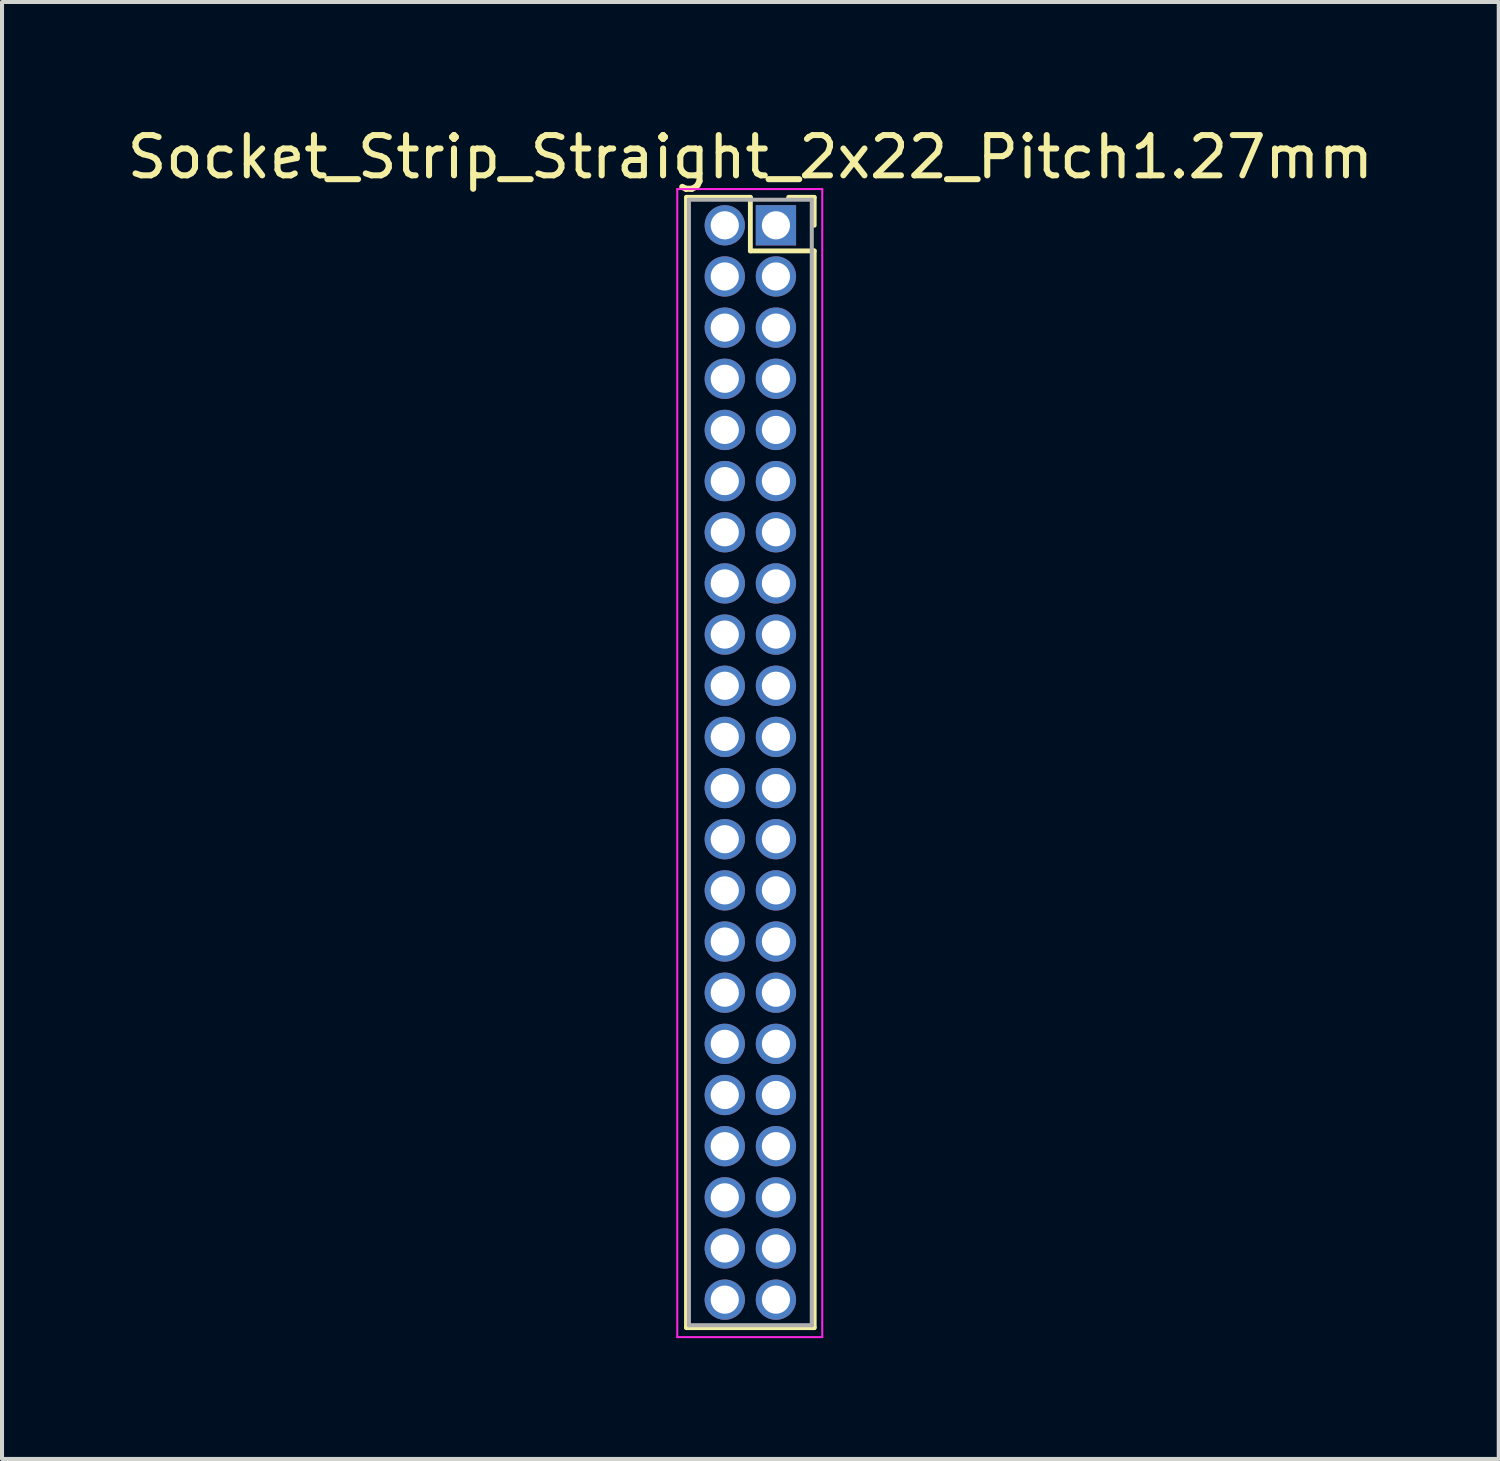
<source format=kicad_pcb>
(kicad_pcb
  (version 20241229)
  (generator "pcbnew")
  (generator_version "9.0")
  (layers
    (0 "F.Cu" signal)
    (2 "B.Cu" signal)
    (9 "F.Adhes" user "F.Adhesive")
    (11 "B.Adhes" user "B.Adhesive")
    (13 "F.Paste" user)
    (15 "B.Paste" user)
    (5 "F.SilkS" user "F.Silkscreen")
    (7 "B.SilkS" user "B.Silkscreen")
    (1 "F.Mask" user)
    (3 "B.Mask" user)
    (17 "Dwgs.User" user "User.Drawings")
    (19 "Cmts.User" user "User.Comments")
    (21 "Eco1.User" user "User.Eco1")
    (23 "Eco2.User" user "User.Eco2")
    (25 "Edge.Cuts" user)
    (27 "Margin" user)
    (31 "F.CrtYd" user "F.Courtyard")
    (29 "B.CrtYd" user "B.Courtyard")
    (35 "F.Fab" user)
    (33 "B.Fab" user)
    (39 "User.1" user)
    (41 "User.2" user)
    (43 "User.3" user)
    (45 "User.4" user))
  (footprint "Socket_Strip_Straight_2x22_Pitch1.27mm"
    (layer "F.Cu")
    (at 16.212 2.543)
    (property "Reference" "Socket_Strip_Straight_2x22_Pitch1.27mm" (at -0.635 -1.695 0) (layer "F.SilkS") (effects (font (size 1 1) (thickness 0.15))))
    (attr through_hole)
    (fp_line (start -2.22 -0.695) (end -0.635 -0.695) (stroke (width 0.12) (type solid)) (layer "F.SilkS"))
    (fp_line (start -2.22 27.365) (end -2.22 -0.695) (stroke (width 0.12) (type solid)) (layer "F.SilkS"))
    (fp_line (start -0.635 -0.695) (end -0.635 0.635) (stroke (width 0.12) (type solid)) (layer "F.SilkS"))
    (fp_line (start -0.635 0.635) (end 0.95 0.635) (stroke (width 0.12) (type solid)) (layer "F.SilkS"))
    (fp_line (start 0.95 -0.695) (end 0.315 -0.695) (stroke (width 0.12) (type solid)) (layer "F.SilkS"))
    (fp_line (start 0.95 0) (end 0.95 -0.695) (stroke (width 0.12) (type solid)) (layer "F.SilkS"))
    (fp_line (start 0.95 0.635) (end 0.95 27.365) (stroke (width 0.12) (type solid)) (layer "F.SilkS"))
    (fp_line (start 0.95 27.365) (end -2.22 27.365) (stroke (width 0.12) (type solid)) (layer "F.SilkS"))
    (fp_line (start -2.45 -0.9) (end -2.45 27.6) (stroke (width 0.05) (type solid)) (layer "F.CrtYd"))
    (fp_line (start -2.45 27.6) (end 1.15 27.6) (stroke (width 0.05) (type solid)) (layer "F.CrtYd"))
    (fp_line (start 1.15 -0.9) (end -2.45 -0.9) (stroke (width 0.05) (type solid)) (layer "F.CrtYd"))
    (fp_line (start 1.15 27.6) (end 1.15 -0.9) (stroke (width 0.05) (type solid)) (layer "F.CrtYd"))
    (fp_line (start -2.16 -0.635) (end -2.16 27.305) (stroke (width 0.1) (type solid)) (layer "F.Fab"))
    (fp_line (start -2.16 27.305) (end 0.89 27.305) (stroke (width 0.1) (type solid)) (layer "F.Fab"))
    (fp_line (start 0.89 -0.635) (end -2.16 -0.635) (stroke (width 0.1) (type solid)) (layer "F.Fab"))
    (fp_line (start 0.89 27.305) (end 0.89 -0.635) (stroke (width 0.1) (type solid)) (layer "F.Fab"))
    (pad "1" thru_hole rect (at 0 0) (size 1 1) (drill 0.7) (layers "*.Cu" "*.Mask"))
    (pad "2" thru_hole oval (at -1.27 0) (size 1 1) (drill 0.7) (layers "*.Cu" "*.Mask"))
    (pad "3" thru_hole oval (at 0 1.27) (size 1 1) (drill 0.7) (layers "*.Cu" "*.Mask"))
    (pad "4" thru_hole oval (at -1.27 1.27) (size 1 1) (drill 0.7) (layers "*.Cu" "*.Mask"))
    (pad "5" thru_hole oval (at 0 2.54) (size 1 1) (drill 0.7) (layers "*.Cu" "*.Mask"))
    (pad "6" thru_hole oval (at -1.27 2.54) (size 1 1) (drill 0.7) (layers "*.Cu" "*.Mask"))
    (pad "7" thru_hole oval (at 0 3.81) (size 1 1) (drill 0.7) (layers "*.Cu" "*.Mask"))
    (pad "8" thru_hole oval (at -1.27 3.81) (size 1 1) (drill 0.7) (layers "*.Cu" "*.Mask"))
    (pad "9" thru_hole oval (at 0 5.08) (size 1 1) (drill 0.7) (layers "*.Cu" "*.Mask"))
    (pad "10" thru_hole oval (at -1.27 5.08) (size 1 1) (drill 0.7) (layers "*.Cu" "*.Mask"))
    (pad "11" thru_hole oval (at 0 6.35) (size 1 1) (drill 0.7) (layers "*.Cu" "*.Mask"))
    (pad "12" thru_hole oval (at -1.27 6.35) (size 1 1) (drill 0.7) (layers "*.Cu" "*.Mask"))
    (pad "13" thru_hole oval (at 0 7.62) (size 1 1) (drill 0.7) (layers "*.Cu" "*.Mask"))
    (pad "14" thru_hole oval (at -1.27 7.62) (size 1 1) (drill 0.7) (layers "*.Cu" "*.Mask"))
    (pad "15" thru_hole oval (at 0 8.89) (size 1 1) (drill 0.7) (layers "*.Cu" "*.Mask"))
    (pad "16" thru_hole oval (at -1.27 8.89) (size 1 1) (drill 0.7) (layers "*.Cu" "*.Mask"))
    (pad "17" thru_hole oval (at 0 10.16) (size 1 1) (drill 0.7) (layers "*.Cu" "*.Mask"))
    (pad "18" thru_hole oval (at -1.27 10.16) (size 1 1) (drill 0.7) (layers "*.Cu" "*.Mask"))
    (pad "19" thru_hole oval (at 0 11.43) (size 1 1) (drill 0.7) (layers "*.Cu" "*.Mask"))
    (pad "20" thru_hole oval (at -1.27 11.43) (size 1 1) (drill 0.7) (layers "*.Cu" "*.Mask"))
    (pad "21" thru_hole oval (at 0 12.7) (size 1 1) (drill 0.7) (layers "*.Cu" "*.Mask"))
    (pad "22" thru_hole oval (at -1.27 12.7) (size 1 1) (drill 0.7) (layers "*.Cu" "*.Mask"))
    (pad "23" thru_hole oval (at 0 13.97) (size 1 1) (drill 0.7) (layers "*.Cu" "*.Mask"))
    (pad "24" thru_hole oval (at -1.27 13.97) (size 1 1) (drill 0.7) (layers "*.Cu" "*.Mask"))
    (pad "25" thru_hole oval (at 0 15.24) (size 1 1) (drill 0.7) (layers "*.Cu" "*.Mask"))
    (pad "26" thru_hole oval (at -1.27 15.24) (size 1 1) (drill 0.7) (layers "*.Cu" "*.Mask"))
    (pad "27" thru_hole oval (at 0 16.51) (size 1 1) (drill 0.7) (layers "*.Cu" "*.Mask"))
    (pad "28" thru_hole oval (at -1.27 16.51) (size 1 1) (drill 0.7) (layers "*.Cu" "*.Mask"))
    (pad "29" thru_hole oval (at 0 17.78) (size 1 1) (drill 0.7) (layers "*.Cu" "*.Mask"))
    (pad "30" thru_hole oval (at -1.27 17.78) (size 1 1) (drill 0.7) (layers "*.Cu" "*.Mask"))
    (pad "31" thru_hole oval (at 0 19.05) (size 1 1) (drill 0.7) (layers "*.Cu" "*.Mask"))
    (pad "32" thru_hole oval (at -1.27 19.05) (size 1 1) (drill 0.7) (layers "*.Cu" "*.Mask"))
    (pad "33" thru_hole oval (at 0 20.32) (size 1 1) (drill 0.7) (layers "*.Cu" "*.Mask"))
    (pad "34" thru_hole oval (at -1.27 20.32) (size 1 1) (drill 0.7) (layers "*.Cu" "*.Mask"))
    (pad "35" thru_hole oval (at 0 21.59) (size 1 1) (drill 0.7) (layers "*.Cu" "*.Mask"))
    (pad "36" thru_hole oval (at -1.27 21.59) (size 1 1) (drill 0.7) (layers "*.Cu" "*.Mask"))
    (pad "37" thru_hole oval (at 0 22.86) (size 1 1) (drill 0.7) (layers "*.Cu" "*.Mask"))
    (pad "38" thru_hole oval (at -1.27 22.86) (size 1 1) (drill 0.7) (layers "*.Cu" "*.Mask"))
    (pad "39" thru_hole oval (at 0 24.13) (size 1 1) (drill 0.7) (layers "*.Cu" "*.Mask"))
    (pad "40" thru_hole oval (at -1.27 24.13) (size 1 1) (drill 0.7) (layers "*.Cu" "*.Mask"))
    (pad "41" thru_hole oval (at 0 25.4) (size 1 1) (drill 0.7) (layers "*.Cu" "*.Mask"))
    (pad "42" thru_hole oval (at -1.27 25.4) (size 1 1) (drill 0.7) (layers "*.Cu" "*.Mask"))
    (pad "43" thru_hole oval (at 0 26.67) (size 1 1) (drill 0.7) (layers "*.Cu" "*.Mask"))
    (pad "44" thru_hole oval (at -1.27 26.67) (size 1 1) (drill 0.7) (layers "*.Cu" "*.Mask")))
  (gr_rect
    (start -3 -3)
    (end 34.155 33.168)
    (stroke (width 0.1) (type default))
    (fill no)
    (layer "Edge.Cuts")))
</source>
